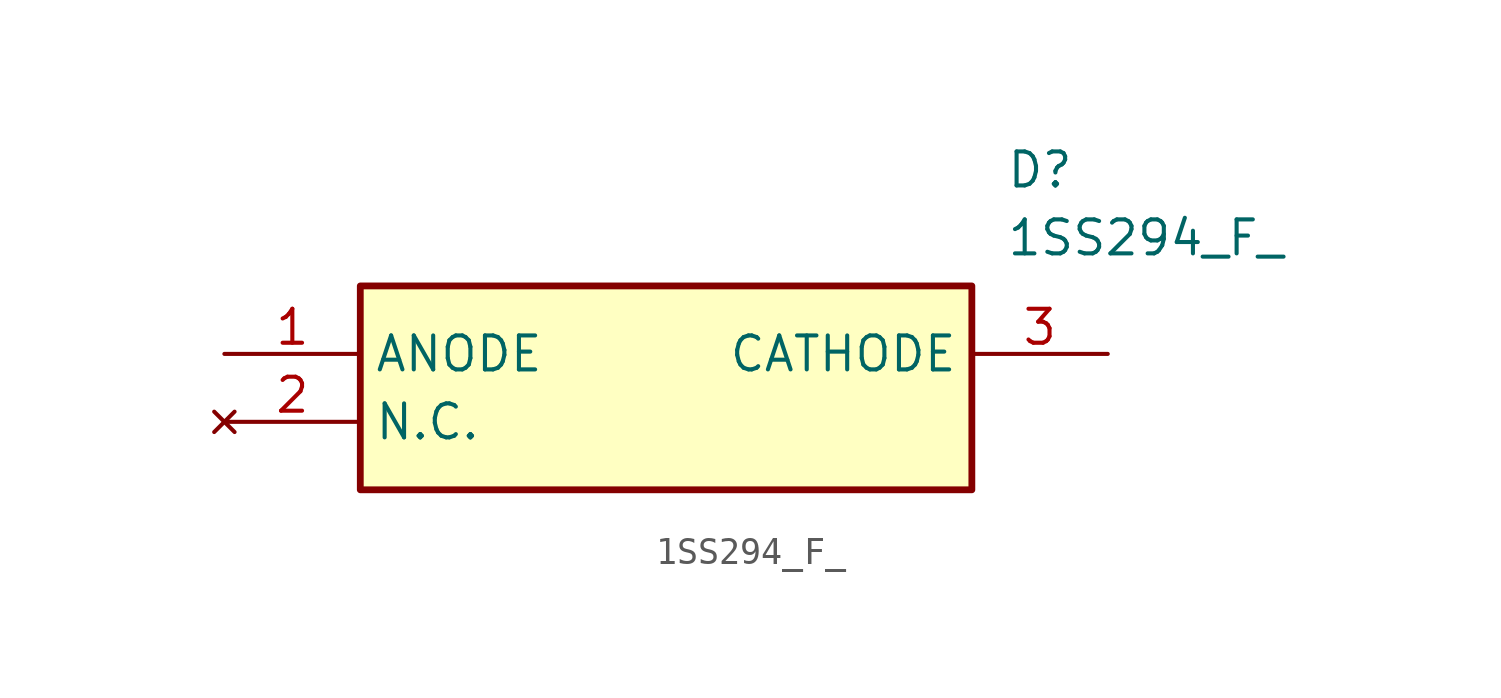
<source format=kicad_sym>
(kicad_symbol_lib
  (version 20231120)
  (generator "kicad_symbol_editor")
  (generator_version "8.0")
  (symbol "1SS294_F_"
    (property "Reference" "D"
      (at 29.21 7.62 0)
      (effects (font (size 1.27 1.27)) (justify left top)))
    (property "Value" "1SS294_F_"
      (at 29.21 5.08 0)
      (effects (font (size 1.27 1.27)) (justify left top)))
    (symbol "1SS294_F__1_1"
      (rectangle (start 5.08 2.54) (end 27.94 -5.08) (stroke (width 0.254) (type default)) (fill (type background)))
      (pin passive line (at 0 0 0) (length 5.08) (name "ANODE" (effects (font (size 1.27 1.27)))) (number "1" (effects (font (size 1.27 1.27)))))
      (pin no_connect line (at 0 -2.54 0) (length 5.08) (name "N.C." (effects (font (size 1.27 1.27)))) (number "2" (effects (font (size 1.27 1.27)))))
      (pin passive line (at 33.02 0 180) (length 5.08) (name "CATHODE" (effects (font (size 1.27 1.27)))) (number "3" (effects (font (size 1.27 1.27))))))))
</source>
